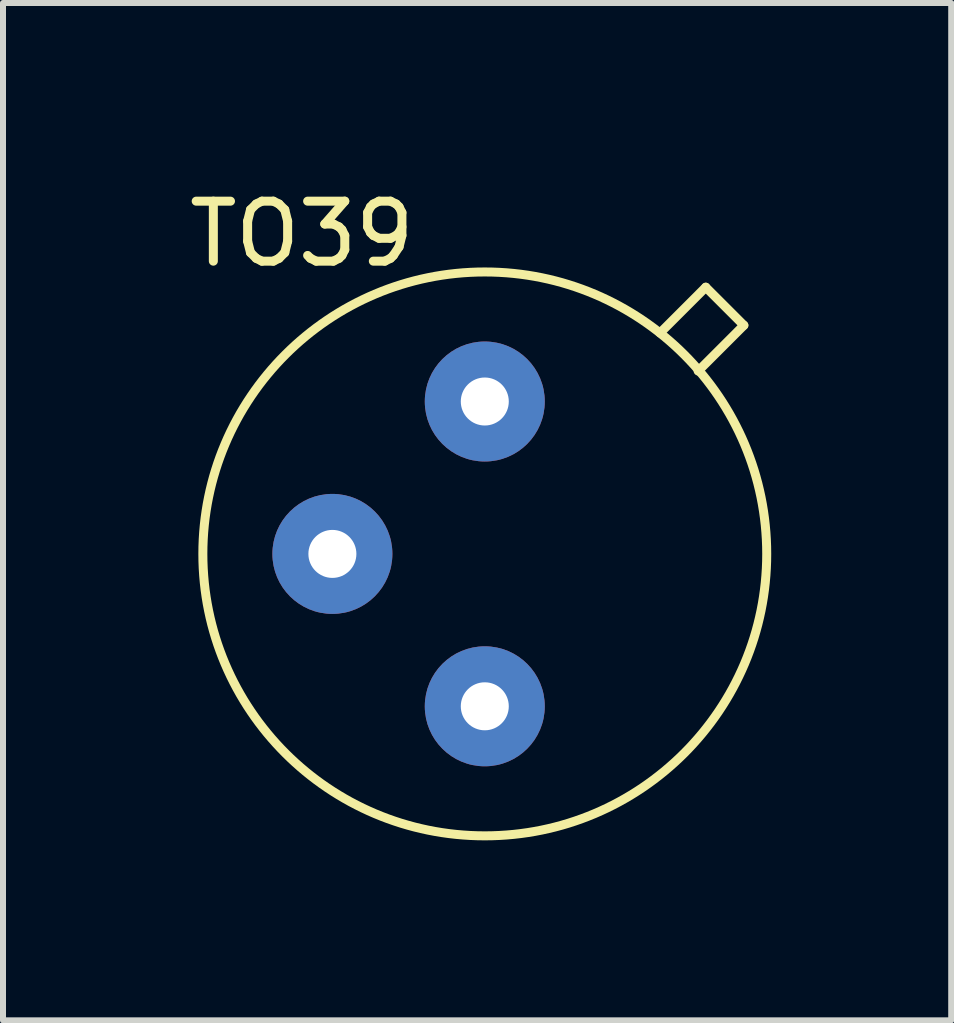
<source format=kicad_pcb>
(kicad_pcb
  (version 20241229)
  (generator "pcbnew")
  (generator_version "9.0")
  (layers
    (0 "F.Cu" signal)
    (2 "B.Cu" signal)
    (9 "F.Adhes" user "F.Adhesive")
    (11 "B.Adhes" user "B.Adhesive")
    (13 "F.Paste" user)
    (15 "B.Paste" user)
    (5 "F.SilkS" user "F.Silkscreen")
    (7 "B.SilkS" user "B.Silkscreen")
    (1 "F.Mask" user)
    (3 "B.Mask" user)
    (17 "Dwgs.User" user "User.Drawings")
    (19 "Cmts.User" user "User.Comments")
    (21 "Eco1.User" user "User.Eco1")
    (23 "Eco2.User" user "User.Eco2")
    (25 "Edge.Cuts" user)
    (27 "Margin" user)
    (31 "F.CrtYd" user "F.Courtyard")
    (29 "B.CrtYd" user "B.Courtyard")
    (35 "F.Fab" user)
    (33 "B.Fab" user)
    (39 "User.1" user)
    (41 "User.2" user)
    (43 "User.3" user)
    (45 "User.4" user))
  (footprint "TO39"
    (layer "F.Cu")
    (at 5.03 6.182)
    (property "Reference" "TO39" (at -3.048 -5.334 0) (layer "F.SilkS") (effects (font (size 1 1) (thickness 0.15))))
    (attr through_hole)
    (fp_line (start 2.921 -3.683) (end 3.683 -4.445) (stroke (width 0.15) (type solid)) (layer "F.SilkS"))
    (fp_line (start 4.318 -3.81) (end 3.556 -3.048) (stroke (width 0.15) (type solid)) (layer "F.SilkS"))
    (fp_line (start 4.318 -3.81) (end 3.683 -4.445) (stroke (width 0.15) (type solid)) (layer "F.SilkS"))
    (fp_circle (center 0 0) (end 4.699 0) (stroke (width 0.15) (type solid)) (fill no) (layer "F.SilkS"))
    (pad "1" thru_hole circle (at 0 2.54) (size 2 2) (drill 0.8) (layers "*.Cu" "*.Mask"))
    (pad "2" thru_hole circle (at -2.54 0) (size 2 2) (drill 0.8) (layers "*.Cu" "*.Mask"))
    (pad "3" thru_hole circle (at 0 -2.54) (size 2 2) (drill 0.8) (layers "*.Cu" "*.Mask")))
  (gr_rect
    (start -3 -3)
    (end 12.804 13.956)
    (stroke (width 0.1) (type default))
    (fill no)
    (layer "Edge.Cuts")))
</source>
